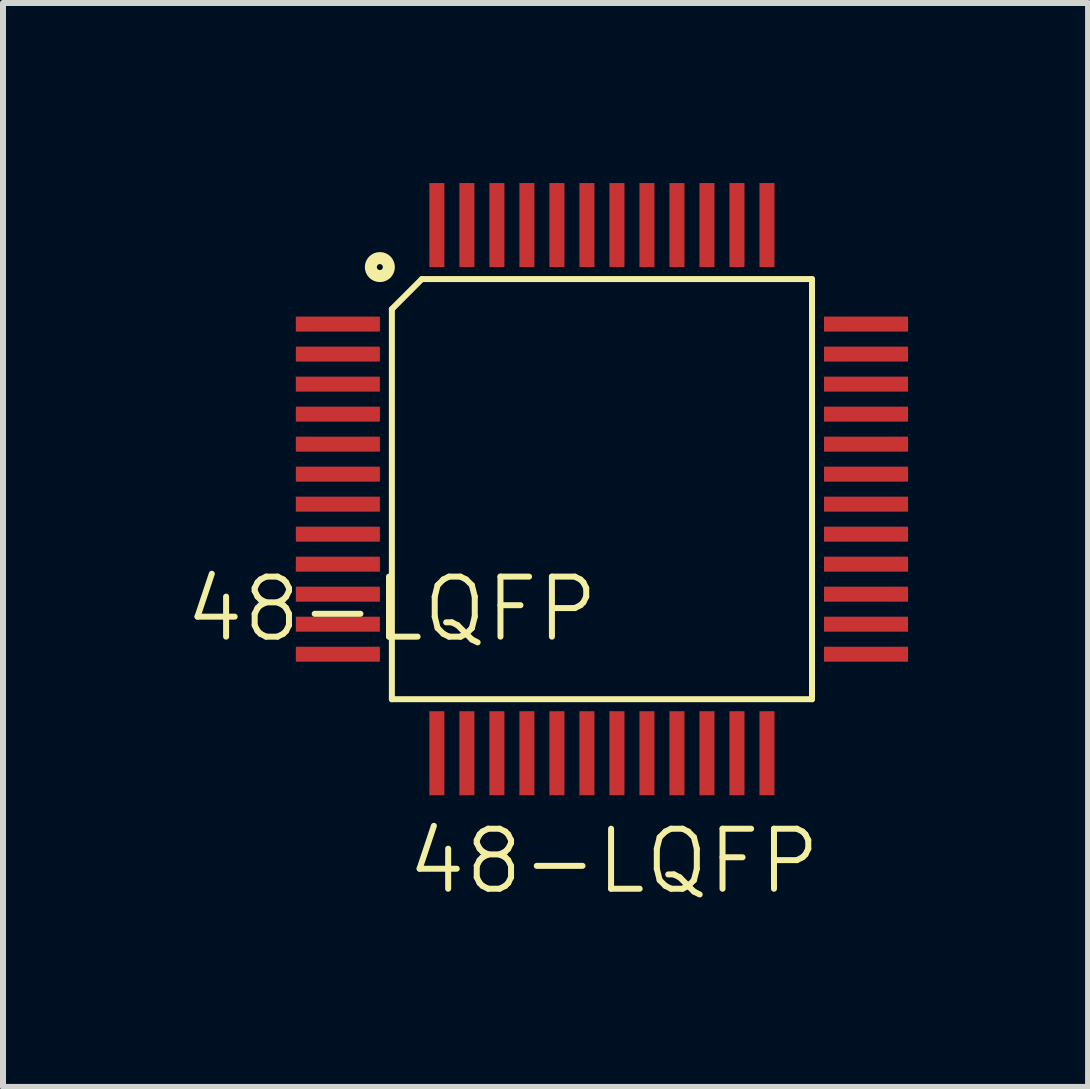
<source format=kicad_pcb>
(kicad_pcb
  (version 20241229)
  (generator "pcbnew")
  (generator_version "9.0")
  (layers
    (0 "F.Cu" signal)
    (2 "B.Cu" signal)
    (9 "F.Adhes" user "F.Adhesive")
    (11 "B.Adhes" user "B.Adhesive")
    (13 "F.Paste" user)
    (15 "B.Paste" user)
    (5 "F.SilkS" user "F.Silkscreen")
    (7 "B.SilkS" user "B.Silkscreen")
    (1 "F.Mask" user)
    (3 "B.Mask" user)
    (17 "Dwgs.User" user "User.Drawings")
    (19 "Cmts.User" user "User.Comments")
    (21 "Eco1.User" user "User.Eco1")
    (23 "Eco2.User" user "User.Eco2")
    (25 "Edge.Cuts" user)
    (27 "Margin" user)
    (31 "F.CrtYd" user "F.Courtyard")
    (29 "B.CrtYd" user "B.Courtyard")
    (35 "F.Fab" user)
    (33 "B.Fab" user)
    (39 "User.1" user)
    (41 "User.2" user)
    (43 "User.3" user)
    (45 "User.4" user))
  (footprint "48-LQFP"
    (layer "F.Cu")
    (at 3.479 7.6)
    (property "Reference" "48-LQFP" (at 0 -0.5 0) (unlocked yes) (layer "F.SilkS") (effects (font (size 1 1) (thickness 0.1))))
    (attr smd)
    (fp_line (start 0 -5.5) (end 0 1) (stroke (width 0.1) (type default)) (layer "F.SilkS"))
    (fp_line (start 0 1) (end 7 1) (stroke (width 0.1) (type default)) (layer "F.SilkS"))
    (fp_line (start 0.5 -6) (end 0 -5.5) (stroke (width 0.1) (type default)) (layer "F.SilkS"))
    (fp_line (start 7 -6) (end 0.5 -6) (stroke (width 0.1) (type default)) (layer "F.SilkS"))
    (fp_line (start 7 1) (end 7 -6) (stroke (width 0.1) (type default)) (layer "F.SilkS"))
    (fp_circle (center -0.2 -6.2) (end -0.15 -6.2) (stroke (width 0.2) (type solid)) (fill no) (layer "F.SilkS"))
    (fp_text user "${REFERENCE}" (at 3.7 3.7 0) (unlocked yes) (layer "F.SilkS") (effects (font (size 1 1) (thickness 0.1))))
    (pad "1" smd rect (at -0.9 -5.25 270) (size 0.25 1.4) (layers "F.Cu" "F.Mask" "F.Paste"))
    (pad "2" smd rect (at -0.9 -4.75 270) (size 0.25 1.4) (layers "F.Cu" "F.Mask" "F.Paste"))
    (pad "3" smd rect (at -0.9 -4.25 270) (size 0.25 1.4) (layers "F.Cu" "F.Mask" "F.Paste"))
    (pad "4" smd rect (at -0.9 -3.75 270) (size 0.25 1.4) (layers "F.Cu" "F.Mask" "F.Paste"))
    (pad "5" smd rect (at -0.9 -3.25 270) (size 0.25 1.4) (layers "F.Cu" "F.Mask" "F.Paste"))
    (pad "6" smd rect (at -0.9 -2.75 270) (size 0.25 1.4) (layers "F.Cu" "F.Mask" "F.Paste"))
    (pad "7" smd rect (at -0.9 -2.25 270) (size 0.25 1.4) (layers "F.Cu" "F.Mask" "F.Paste"))
    (pad "8" smd rect (at -0.9 -1.75 270) (size 0.25 1.4) (layers "F.Cu" "F.Mask" "F.Paste"))
    (pad "9" smd rect (at -0.9 -1.25 270) (size 0.25 1.4) (layers "F.Cu" "F.Mask" "F.Paste"))
    (pad "10" smd rect (at -0.9 -0.75 270) (size 0.25 1.4) (layers "F.Cu" "F.Mask" "F.Paste"))
    (pad "11" smd rect (at -0.9 -0.25 270) (size 0.25 1.4) (layers "F.Cu" "F.Mask" "F.Paste"))
    (pad "12" smd rect (at -0.9 0.25 270) (size 0.25 1.4) (layers "F.Cu" "F.Mask" "F.Paste"))
    (pad "13" smd rect (at 0.75 1.9) (size 0.25 1.4) (layers "F.Cu" "F.Mask" "F.Paste"))
    (pad "14" smd rect (at 1.25 1.9) (size 0.25 1.4) (layers "F.Cu" "F.Mask" "F.Paste"))
    (pad "15" smd rect (at 1.75 1.9) (size 0.25 1.4) (layers "F.Cu" "F.Mask" "F.Paste"))
    (pad "16" smd rect (at 2.25 1.9) (size 0.25 1.4) (layers "F.Cu" "F.Mask" "F.Paste"))
    (pad "17" smd rect (at 2.75 1.9) (size 0.25 1.4) (layers "F.Cu" "F.Mask" "F.Paste"))
    (pad "18" smd rect (at 3.25 1.9) (size 0.25 1.4) (layers "F.Cu" "F.Mask" "F.Paste"))
    (pad "19" smd rect (at 3.75 1.9) (size 0.25 1.4) (layers "F.Cu" "F.Mask" "F.Paste"))
    (pad "20" smd rect (at 4.25 1.9) (size 0.25 1.4) (layers "F.Cu" "F.Mask" "F.Paste"))
    (pad "21" smd rect (at 4.75 1.9) (size 0.25 1.4) (layers "F.Cu" "F.Mask" "F.Paste"))
    (pad "22" smd rect (at 5.25 1.9) (size 0.25 1.4) (layers "F.Cu" "F.Mask" "F.Paste"))
    (pad "23" smd rect (at 5.75 1.9) (size 0.25 1.4) (layers "F.Cu" "F.Mask" "F.Paste"))
    (pad "24" smd rect (at 6.25 1.9) (size 0.25 1.4) (layers "F.Cu" "F.Mask" "F.Paste"))
    (pad "25" smd rect (at 7.9 0.25 90) (size 0.25 1.4) (layers "F.Cu" "F.Mask" "F.Paste"))
    (pad "26" smd rect (at 7.9 -0.25 90) (size 0.25 1.4) (layers "F.Cu" "F.Mask" "F.Paste"))
    (pad "27" smd rect (at 7.9 -0.75 90) (size 0.25 1.4) (layers "F.Cu" "F.Mask" "F.Paste"))
    (pad "28" smd rect (at 7.9 -1.25 90) (size 0.25 1.4) (layers "F.Cu" "F.Mask" "F.Paste"))
    (pad "29" smd rect (at 7.9 -1.75 90) (size 0.25 1.4) (layers "F.Cu" "F.Mask" "F.Paste"))
    (pad "30" smd rect (at 7.9 -2.25 90) (size 0.25 1.4) (layers "F.Cu" "F.Mask" "F.Paste"))
    (pad "31" smd rect (at 7.9 -2.75 90) (size 0.25 1.4) (layers "F.Cu" "F.Mask" "F.Paste"))
    (pad "32" smd rect (at 7.9 -3.25 90) (size 0.25 1.4) (layers "F.Cu" "F.Mask" "F.Paste"))
    (pad "33" smd rect (at 7.9 -3.75 90) (size 0.25 1.4) (layers "F.Cu" "F.Mask" "F.Paste"))
    (pad "34" smd rect (at 7.9 -4.25 90) (size 0.25 1.4) (layers "F.Cu" "F.Mask" "F.Paste"))
    (pad "35" smd rect (at 7.9 -4.75 90) (size 0.25 1.4) (layers "F.Cu" "F.Mask" "F.Paste"))
    (pad "36" smd rect (at 7.9 -5.25 90) (size 0.25 1.4) (layers "F.Cu" "F.Mask" "F.Paste"))
    (pad "37" smd rect (at 6.25 -6.9 180) (size 0.25 1.4) (layers "F.Cu" "F.Mask" "F.Paste"))
    (pad "38" smd rect (at 5.75 -6.9 180) (size 0.25 1.4) (layers "F.Cu" "F.Mask" "F.Paste"))
    (pad "39" smd rect (at 5.25 -6.9 180) (size 0.25 1.4) (layers "F.Cu" "F.Mask" "F.Paste"))
    (pad "40" smd rect (at 4.75 -6.9 180) (size 0.25 1.4) (layers "F.Cu" "F.Mask" "F.Paste"))
    (pad "41" smd rect (at 4.25 -6.9 180) (size 0.25 1.4) (layers "F.Cu" "F.Mask" "F.Paste"))
    (pad "42" smd rect (at 3.75 -6.9 180) (size 0.25 1.4) (layers "F.Cu" "F.Mask" "F.Paste"))
    (pad "43" smd rect (at 1.75 -6.9 180) (size 0.25 1.4) (layers "F.Cu" "F.Mask" "F.Paste"))
    (pad "44" smd rect (at 2.25 -6.9 180) (size 0.25 1.4) (layers "F.Cu" "F.Mask" "F.Paste"))
    (pad "45" smd rect (at 2.75 -6.9 180) (size 0.25 1.4) (layers "F.Cu" "F.Mask" "F.Paste"))
    (pad "46" smd rect (at 3.25 -6.9 180) (size 0.25 1.4) (layers "F.Cu" "F.Mask" "F.Paste"))
    (pad "47" smd rect (at 1.25 -6.9 180) (size 0.25 1.4) (layers "F.Cu" "F.Mask" "F.Paste"))
    (pad "48" smd rect (at 0.75 -6.9 180) (size 0.25 1.4) (layers "F.Cu" "F.Mask" "F.Paste")))
  (gr_rect
    (start -3 -3)
    (end 15.079 15.06)
    (stroke (width 0.1) (type default))
    (fill no)
    (layer "Edge.Cuts")))
</source>
